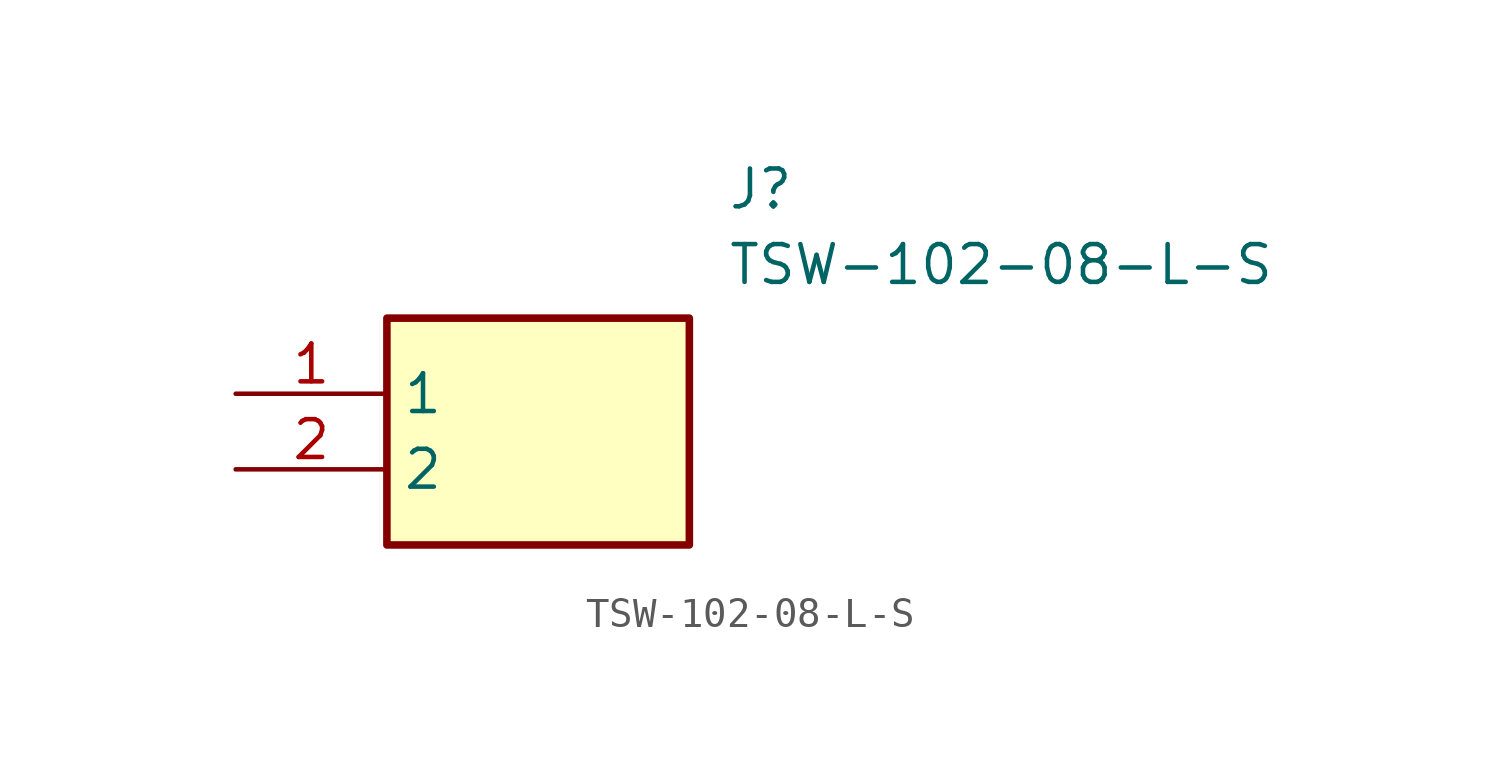
<source format=kicad_sym>
(kicad_symbol_lib
  (version 20211014)
  (generator SamacSys_ECAD_Model)
  (symbol "TSW-102-08-L-S"
    (property "Reference" "J"
      (at 16.51 7.62 0)
      (effects (font (size 1.27 1.27)) (justify left top)))
    (property "Value" "TSW-102-08-L-S"
      (at 16.51 5.08 0)
      (effects (font (size 1.27 1.27)) (justify left top)))
    (rectangle
      (start 5.08 2.54)
      (end 15.24 -5.08)
      (stroke (width 0.254) (type default))
      (fill (type background)))
    (pin passive line
      (at 0 0 0)
      (length 5.08)
      (name "1" (effects (font (size 1.27 1.27))))
      (number "1" (effects (font (size 1.27 1.27)))))
    (pin passive line
      (at 0 -2.54 0)
      (length 5.08)
      (name "2" (effects (font (size 1.27 1.27))))
      (number "2" (effects (font (size 1.27 1.27)))))))
</source>
